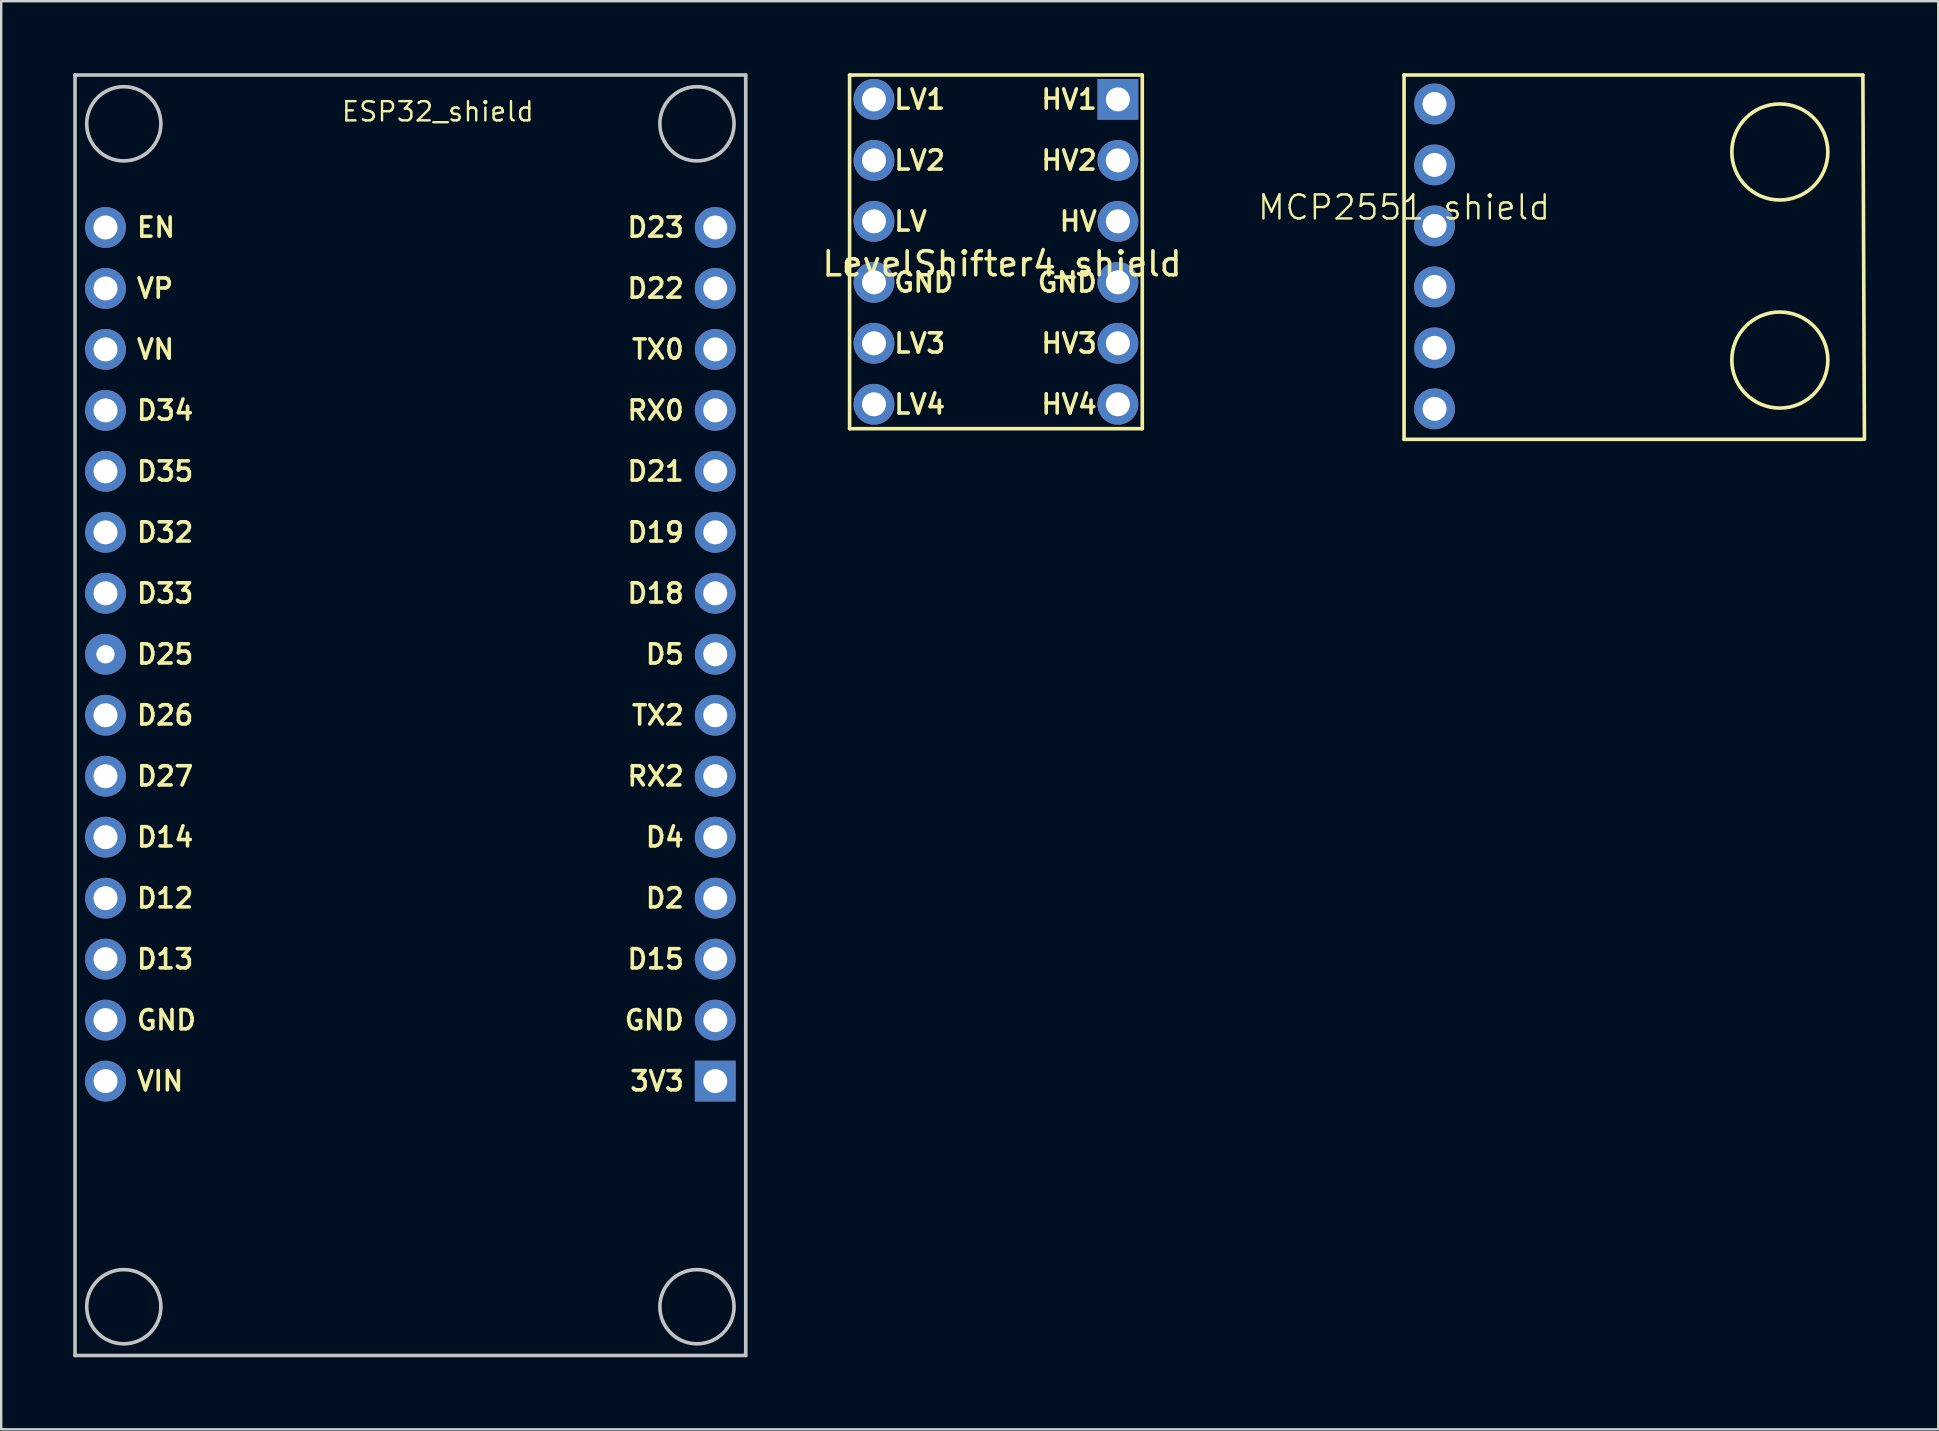
<source format=kicad_pcb>
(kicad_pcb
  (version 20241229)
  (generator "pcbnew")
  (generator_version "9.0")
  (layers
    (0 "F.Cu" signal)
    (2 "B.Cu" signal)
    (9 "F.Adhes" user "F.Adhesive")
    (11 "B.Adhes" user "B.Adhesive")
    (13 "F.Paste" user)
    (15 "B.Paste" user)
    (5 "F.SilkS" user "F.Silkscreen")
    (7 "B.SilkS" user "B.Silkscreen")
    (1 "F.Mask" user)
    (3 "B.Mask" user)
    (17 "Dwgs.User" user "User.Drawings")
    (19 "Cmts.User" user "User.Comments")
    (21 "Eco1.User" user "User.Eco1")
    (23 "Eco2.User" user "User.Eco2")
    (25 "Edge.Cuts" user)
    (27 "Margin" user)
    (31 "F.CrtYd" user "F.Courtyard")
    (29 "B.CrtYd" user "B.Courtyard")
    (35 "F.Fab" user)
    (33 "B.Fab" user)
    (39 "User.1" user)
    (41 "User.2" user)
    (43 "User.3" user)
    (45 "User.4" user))
  (footprint "ESP32_shield"
    (layer "F.Cu")
    (at 15.315 22.935)
    (property "Reference" "ESP32_shield" (at -0.127 -21.336 0) (layer "F.SilkS") (effects (font (size 0.8 0.8) (thickness 0.1))))
    (attr through_hole)
    (fp_line (start -15.24 -22.86) (end -15.24 30.48) (stroke (width 0.15) (type solid)) (layer "Dwgs.User"))
    (fp_line (start -15.24 -22.86) (end 12.7 -22.86) (stroke (width 0.15) (type solid)) (layer "Dwgs.User"))
    (fp_line (start -15.24 30.48) (end 12.7 30.48) (stroke (width 0.15) (type solid)) (layer "Dwgs.User"))
    (fp_line (start 12.7 -22.86) (end 12.7 30.48) (stroke (width 0.15) (type solid)) (layer "Dwgs.User"))
    (fp_circle (center -13.208 -20.828) (end -11.663 -20.828) (stroke (width 0.15) (type solid)) (fill no) (layer "Dwgs.User"))
    (fp_circle (center -13.208 28.448) (end -11.663 28.448) (stroke (width 0.15) (type solid)) (fill no) (layer "Dwgs.User"))
    (fp_circle (center 10.668 -20.828) (end 12.213 -20.828) (stroke (width 0.15) (type solid)) (fill no) (layer "Dwgs.User"))
    (fp_circle (center 10.668 28.448) (end 12.213 28.448) (stroke (width 0.15) (type solid)) (fill no) (layer "Dwgs.User"))
    (fp_text user "3V3" (at 9.004 19.05 0) (layer "F.SilkS") (effects (font (size 0.8 0.8) (thickness 0.15))))
    (fp_text user "D19" (at 8.947 -3.81 0) (layer "F.SilkS") (effects (font (size 0.8 0.8) (thickness 0.15))))
    (fp_text user "D25" (at -11.487 1.27 0) (layer "F.SilkS") (effects (font (size 0.8 0.8) (thickness 0.15))))
    (fp_text user "GND" (at 8.89 16.51 0) (layer "F.SilkS") (effects (font (size 0.8 0.8) (thickness 0.15))))
    (fp_text user "D22" (at 8.947 -13.97 0) (layer "F.SilkS") (effects (font (size 0.8 0.8) (thickness 0.15))))
    (fp_text user "D15" (at 8.947 13.97 0) (layer "F.SilkS") (effects (font (size 0.8 0.8) (thickness 0.15))))
    (fp_text user "D23" (at 8.947 -16.51 0) (layer "F.SilkS") (effects (font (size 0.8 0.8) (thickness 0.15))))
    (fp_text user "GND" (at -11.43 16.51 0) (layer "F.SilkS") (effects (font (size 0.8 0.8) (thickness 0.15))))
    (fp_text user "D12" (at -11.487 11.43 0) (layer "F.SilkS") (effects (font (size 0.8 0.8) (thickness 0.15))))
    (fp_text user "D5" (at 9.328 1.27 0) (layer "F.SilkS") (effects (font (size 0.8 0.8) (thickness 0.15))))
    (fp_text user "VP" (at -11.906 -13.97 0) (layer "F.SilkS") (effects (font (size 0.8 0.8) (thickness 0.15))))
    (fp_text user "D26" (at -11.487 3.81 0) (layer "F.SilkS") (effects (font (size 0.8 0.8) (thickness 0.15))))
    (fp_text user "D21" (at 8.947 -6.35 0) (layer "F.SilkS") (effects (font (size 0.8 0.8) (thickness 0.15))))
    (fp_text user "D32" (at -11.487 -3.81 0) (layer "F.SilkS") (effects (font (size 0.8 0.8) (thickness 0.15))))
    (fp_text user "D13" (at -11.487 13.97 0) (layer "F.SilkS") (effects (font (size 0.8 0.8) (thickness 0.15))))
    (fp_text user "D2" (at 9.328 11.43 0) (layer "F.SilkS") (effects (font (size 0.8 0.8) (thickness 0.15))))
    (fp_text user "VIN" (at -11.697 19.05 0) (layer "F.SilkS") (effects (font (size 0.8 0.8) (thickness 0.15))))
    (fp_text user "D34" (at -11.487 -8.89 0) (layer "F.SilkS") (effects (font (size 0.8 0.8) (thickness 0.15))))
    (fp_text user "D4" (at 9.328 8.89 0) (layer "F.SilkS") (effects (font (size 0.8 0.8) (thickness 0.15))))
    (fp_text user "EN" (at -11.868 -16.51 0) (layer "F.SilkS") (effects (font (size 0.8 0.8) (thickness 0.15))))
    (fp_text user "VN" (at -11.887 -11.43 0) (layer "F.SilkS") (effects (font (size 0.8 0.8) (thickness 0.15))))
    (fp_text user "RX0" (at 8.947 -8.89 0) (layer "F.SilkS") (effects (font (size 0.8 0.8) (thickness 0.15))))
    (fp_text user "TX0" (at 9.042 -11.43 0) (layer "F.SilkS") (effects (font (size 0.8 0.8) (thickness 0.15))))
    (fp_text user "D33" (at -11.487 -1.27 0) (layer "F.SilkS") (effects (font (size 0.8 0.8) (thickness 0.15))))
    (fp_text user "TX2" (at 9.042 3.81 0) (layer "F.SilkS") (effects (font (size 0.8 0.8) (thickness 0.15))))
    (fp_text user "D18" (at 8.947 -1.27 0) (layer "F.SilkS") (effects (font (size 0.8 0.8) (thickness 0.15))))
    (fp_text user "D35" (at -11.487 -6.35 0) (layer "F.SilkS") (effects (font (size 0.8 0.8) (thickness 0.15))))
    (fp_text user "D14" (at -11.487 8.89 0) (layer "F.SilkS") (effects (font (size 0.8 0.8) (thickness 0.15))))
    (fp_text user "RX2" (at 8.947 6.35 0) (layer "F.SilkS") (effects (font (size 0.8 0.8) (thickness 0.15))))
    (fp_text user "D27" (at -11.487 6.35 0) (layer "F.SilkS") (effects (font (size 0.8 0.8) (thickness 0.15))))
    (pad "1" thru_hole circle (at -13.97 -16.51) (size 1.7 1.7) (drill 1) (layers "*.Cu" "*.Mask"))
    (pad "2" thru_hole circle (at -13.97 -13.97) (size 1.7 1.7) (drill 1) (layers "*.Cu" "*.Mask"))
    (pad "3" thru_hole circle (at -13.97 -11.43) (size 1.7 1.7) (drill 1) (layers "*.Cu" "*.Mask"))
    (pad "4" thru_hole circle (at -13.97 -8.89) (size 1.7 1.7) (drill 1) (layers "*.Cu" "*.Mask"))
    (pad "5" thru_hole circle (at -13.97 -6.35) (size 1.7 1.7) (drill 1) (layers "*.Cu" "*.Mask"))
    (pad "6" thru_hole circle (at -13.97 -3.81) (size 1.7 1.7) (drill 1) (layers "*.Cu" "*.Mask"))
    (pad "7" thru_hole circle (at -13.97 -1.27) (size 1.7 1.7) (drill 1) (layers "*.Cu" "*.Mask"))
    (pad "8" thru_hole circle (at -13.97 1.27) (size 1.7 1.7) (drill 0.762) (layers "*.Cu" "*.Mask"))
    (pad "9" thru_hole circle (at -13.97 3.81) (size 1.7 1.7) (drill 1) (layers "*.Cu" "*.Mask"))
    (pad "10" thru_hole circle (at -13.97 6.35) (size 1.7 1.7) (drill 1) (layers "*.Cu" "*.Mask"))
    (pad "11" thru_hole circle (at -13.97 8.89) (size 1.7 1.7) (drill 1) (layers "*.Cu" "*.Mask"))
    (pad "12" thru_hole circle (at -13.97 11.43) (size 1.7 1.7) (drill 1) (layers "*.Cu" "*.Mask"))
    (pad "13" thru_hole circle (at -13.97 13.97) (size 1.7 1.7) (drill 1) (layers "*.Cu" "*.Mask"))
    (pad "14" thru_hole circle (at -13.97 16.51) (size 1.7 1.7) (drill 1) (layers "*.Cu" "*.Mask"))
    (pad "15" thru_hole circle (at -13.97 19.05) (size 1.7 1.7) (drill 1) (layers "*.Cu" "*.Mask"))
    (pad "16" thru_hole circle (at 11.43 -16.51) (size 1.7 1.7) (drill 1) (layers "*.Cu" "*.Mask"))
    (pad "17" thru_hole circle (at 11.43 -13.97) (size 1.7 1.7) (drill 1) (layers "*.Cu" "*.Mask"))
    (pad "18" thru_hole circle (at 11.43 -11.43) (size 1.7 1.7) (drill 1) (layers "*.Cu" "*.Mask"))
    (pad "19" thru_hole circle (at 11.43 -8.89) (size 1.7 1.7) (drill 1) (layers "*.Cu" "*.Mask"))
    (pad "20" thru_hole circle (at 11.43 -6.35) (size 1.7 1.7) (drill 1) (layers "*.Cu" "*.Mask"))
    (pad "21" thru_hole oval (at 11.43 -3.81) (size 1.7 1.7) (drill 1) (layers "*.Cu" "*.Mask"))
    (pad "22" thru_hole circle (at 11.43 -1.27) (size 1.7 1.7) (drill 1) (layers "*.Cu" "*.Mask"))
    (pad "23" thru_hole circle (at 11.43 1.27) (size 1.7 1.7) (drill 1) (layers "*.Cu" "*.Mask"))
    (pad "24" thru_hole circle (at 11.43 3.81) (size 1.7 1.7) (drill 1) (layers "*.Cu" "*.Mask"))
    (pad "25" thru_hole circle (at 11.43 6.35) (size 1.7 1.7) (drill 1) (layers "*.Cu" "*.Mask"))
    (pad "26" thru_hole circle (at 11.43 8.89) (size 1.7 1.7) (drill 1) (layers "*.Cu" "*.Mask"))
    (pad "27" thru_hole circle (at 11.43 11.43) (size 1.7 1.7) (drill 1) (layers "*.Cu" "*.Mask"))
    (pad "28" thru_hole circle (at 11.43 13.97) (size 1.7 1.7) (drill 1) (layers "*.Cu" "*.Mask"))
    (pad "29" thru_hole circle (at 11.43 16.51) (size 1.7 1.7) (drill 1) (layers "*.Cu" "*.Mask"))
    (pad "30" thru_hole rect (at 11.43 19.05) (size 1.7 1.7) (drill 1) (layers "*.Cu" "*.Mask")))
  (footprint "LevelShifter4_shield"
    (layer "F.Cu")
    (at 38.691 7.441)
    (property "Reference" "LevelShifter4_shield" (at 0 0.5 0) (layer "F.SilkS") (effects (font (size 1 1) (thickness 0.15))))
    (attr through_hole)
    (fp_line (start -6.35 -7.366) (end 5.842 -7.366) (stroke (width 0.15) (type solid)) (layer "F.SilkS"))
    (fp_line (start -6.35 7.366) (end -6.35 -7.366) (stroke (width 0.15) (type solid)) (layer "F.SilkS"))
    (fp_line (start 5.842 -7.366) (end 5.842 7.366) (stroke (width 0.15) (type solid)) (layer "F.SilkS"))
    (fp_line (start 5.842 7.366) (end -6.35 7.366) (stroke (width 0.15) (type solid)) (layer "F.SilkS"))
    (fp_text user "HV1" (at 2.794 -6.35 0) (layer "F.SilkS") (effects (font (size 0.8 0.8) (thickness 0.15))))
    (fp_text user "HV4" (at 2.794 6.35 0) (layer "F.SilkS") (effects (font (size 0.8 0.8) (thickness 0.15))))
    (fp_text user "LV3" (at -3.429 3.81 0) (layer "F.SilkS") (effects (font (size 0.8 0.8) (thickness 0.15))))
    (fp_text user "LV1" (at -3.429 -6.35 0) (layer "F.SilkS") (effects (font (size 0.8 0.8) (thickness 0.15))))
    (fp_text user "LV" (at -3.81 -1.27 0) (layer "F.SilkS") (effects (font (size 0.8 0.8) (thickness 0.15))))
    (fp_text user "HV3" (at 2.794 3.81 0) (layer "F.SilkS") (effects (font (size 0.8 0.8) (thickness 0.15))))
    (fp_text user "GND" (at 2.718 1.27 0) (layer "F.SilkS") (effects (font (size 0.8 0.8) (thickness 0.15))))
    (fp_text user "HV2" (at 2.794 -3.81 0) (layer "F.SilkS") (effects (font (size 0.8 0.8) (thickness 0.15))))
    (fp_text user "LV4" (at -3.429 6.35 0) (layer "F.SilkS") (effects (font (size 0.8 0.8) (thickness 0.15))))
    (fp_text user "LV2" (at -3.429 -3.81 0) (layer "F.SilkS") (effects (font (size 0.8 0.8) (thickness 0.15))))
    (fp_text user "GND" (at -3.258 1.27 0) (layer "F.SilkS") (effects (font (size 0.8 0.8) (thickness 0.15))))
    (fp_text user "HV" (at 3.175 -1.27 0) (layer "F.SilkS") (effects (font (size 0.8 0.8) (thickness 0.15))))
    (pad "1" thru_hole circle (at -5.334 -6.35) (size 1.7 1.7) (drill 1) (layers "*.Cu" "*.Mask"))
    (pad "2" thru_hole circle (at -5.334 -3.81) (size 1.7 1.7) (drill 1) (layers "*.Cu" "*.Mask"))
    (pad "3" thru_hole circle (at -5.334 -1.27) (size 1.7 1.7) (drill 1) (layers "*.Cu" "*.Mask"))
    (pad "4" thru_hole circle (at -5.334 1.27) (size 1.7 1.7) (drill 1) (layers "*.Cu" "*.Mask"))
    (pad "5" thru_hole circle (at -5.334 3.81) (size 1.7 1.7) (drill 1) (layers "*.Cu" "*.Mask"))
    (pad "6" thru_hole circle (at -5.334 6.35) (size 1.7 1.7) (drill 1) (layers "*.Cu" "*.Mask"))
    (pad "7" thru_hole rect (at 4.826 -6.35) (size 1.7 1.7) (drill 1) (layers "*.Cu" "*.Mask"))
    (pad "8" thru_hole circle (at 4.826 -3.81) (size 1.7 1.7) (drill 1) (layers "*.Cu" "*.Mask"))
    (pad "9" thru_hole circle (at 4.826 -1.27) (size 1.7 1.7) (drill 1) (layers "*.Cu" "*.Mask"))
    (pad "10" thru_hole circle (at 4.826 1.27) (size 1.7 1.7) (drill 1) (layers "*.Cu" "*.Mask"))
    (pad "11" thru_hole circle (at 4.826 3.81) (size 1.7 1.7) (drill 1) (layers "*.Cu" "*.Mask"))
    (pad "12" thru_hole circle (at 4.826 6.35) (size 1.7 1.7) (drill 1) (layers "*.Cu" "*.Mask")))
  (footprint "MCP2551_shield"
    (layer "F.Cu")
    (at 55.438 5.091)
    (property "Reference" "MCP2551_shield" (at 0 0.5 0) (layer "F.SilkS") (effects (font (size 1 1) (thickness 0.1))))
    (attr through_hole)
    (fp_line (start 0 -5.016) (end 0 10.16) (stroke (width 0.15) (type solid)) (layer "F.SilkS"))
    (fp_line (start 0 10.16) (end 19.113 10.16) (stroke (width 0.15) (type solid)) (layer "F.SilkS"))
    (fp_line (start 19.113 -5.016) (end 0 -5.016) (stroke (width 0.15) (type solid)) (layer "F.SilkS"))
    (fp_line (start 19.177 10.16) (end 19.113 -5.016) (stroke (width 0.15) (type solid)) (layer "F.SilkS"))
    (fp_circle (center 15.653 -1.81) (end 17.653 -1.81) (stroke (width 0.15) (type solid)) (fill no) (layer "F.SilkS"))
    (fp_circle (center 15.653 6.858) (end 17.653 6.858) (stroke (width 0.15) (type solid)) (fill no) (layer "F.SilkS"))
    (pad "1" thru_hole circle (at 1.27 -3.81) (size 1.7 1.7) (drill 1) (layers "*.Cu" "*.Mask"))
    (pad "2" thru_hole circle (at 1.27 -1.27) (size 1.7 1.7) (drill 1) (layers "*.Cu" "*.Mask"))
    (pad "3" thru_hole circle (at 1.27 1.27) (size 1.7 1.7) (drill 1) (layers "*.Cu" "*.Mask"))
    (pad "4" thru_hole circle (at 1.27 3.81) (size 1.7 1.7) (drill 1) (layers "*.Cu" "*.Mask"))
    (pad "5" thru_hole circle (at 1.27 6.35) (size 1.7 1.7) (drill 1) (layers "*.Cu" "*.Mask"))
    (pad "6" thru_hole circle (at 1.27 8.89) (size 1.7 1.7) (drill 1) (layers "*.Cu" "*.Mask")))
  (gr_rect
    (start -3 -3)
    (end 77.69 56.49)
    (stroke (width 0.1) (type default))
    (fill no)
    (layer "Edge.Cuts")))
</source>
